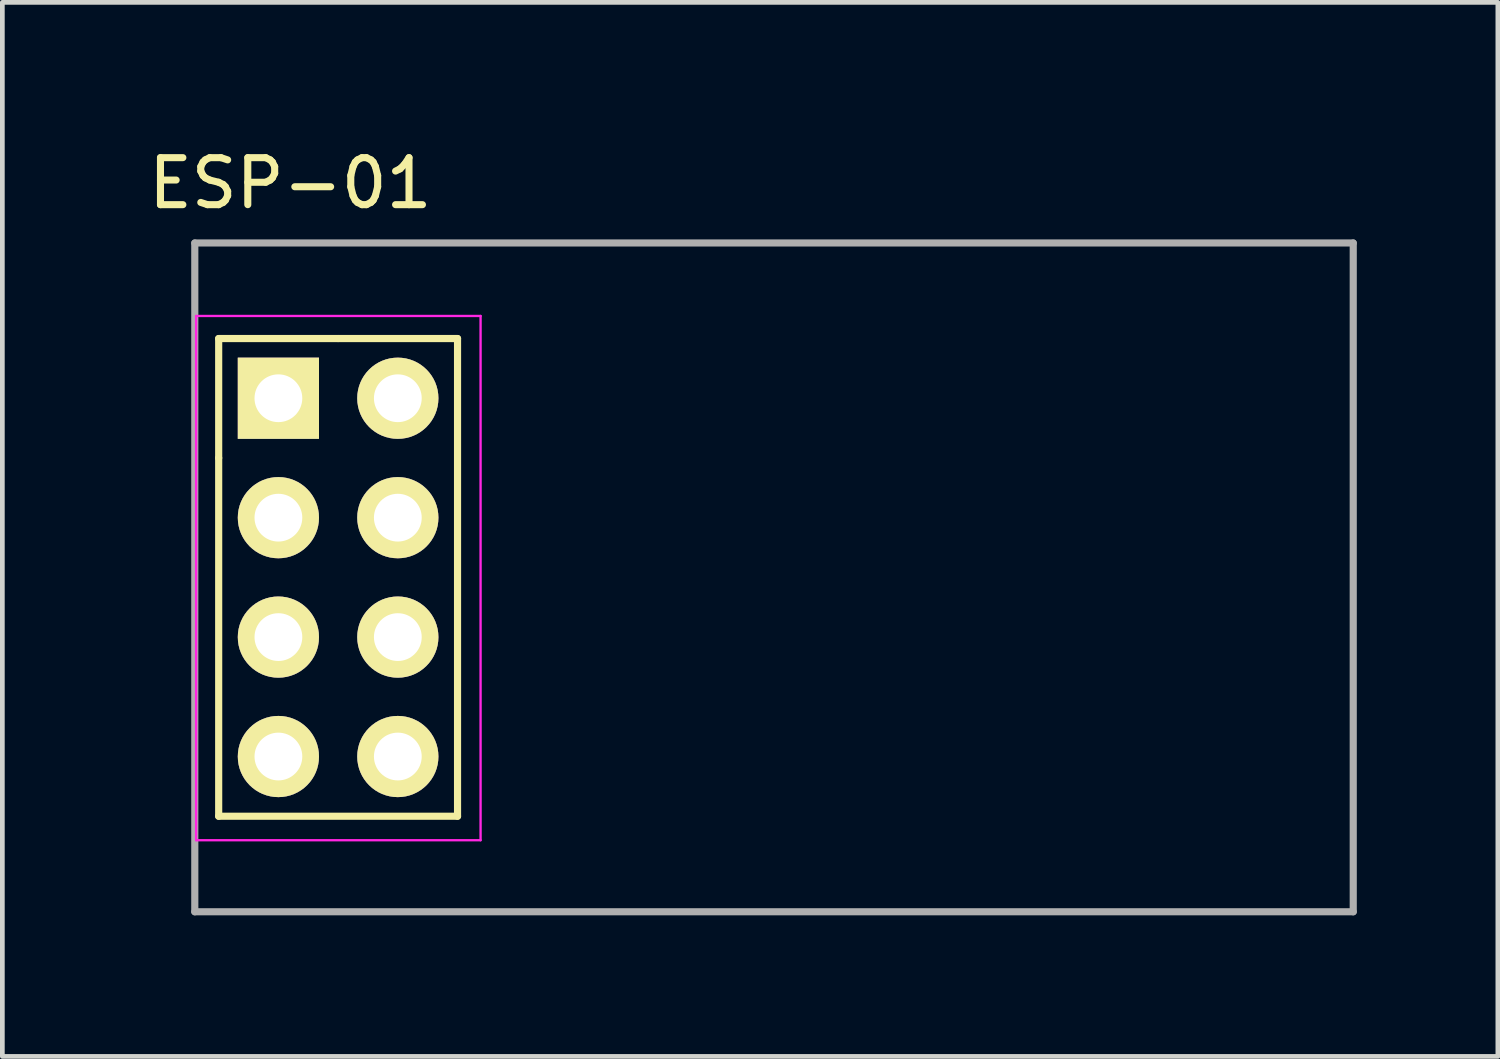
<source format=kicad_pcb>
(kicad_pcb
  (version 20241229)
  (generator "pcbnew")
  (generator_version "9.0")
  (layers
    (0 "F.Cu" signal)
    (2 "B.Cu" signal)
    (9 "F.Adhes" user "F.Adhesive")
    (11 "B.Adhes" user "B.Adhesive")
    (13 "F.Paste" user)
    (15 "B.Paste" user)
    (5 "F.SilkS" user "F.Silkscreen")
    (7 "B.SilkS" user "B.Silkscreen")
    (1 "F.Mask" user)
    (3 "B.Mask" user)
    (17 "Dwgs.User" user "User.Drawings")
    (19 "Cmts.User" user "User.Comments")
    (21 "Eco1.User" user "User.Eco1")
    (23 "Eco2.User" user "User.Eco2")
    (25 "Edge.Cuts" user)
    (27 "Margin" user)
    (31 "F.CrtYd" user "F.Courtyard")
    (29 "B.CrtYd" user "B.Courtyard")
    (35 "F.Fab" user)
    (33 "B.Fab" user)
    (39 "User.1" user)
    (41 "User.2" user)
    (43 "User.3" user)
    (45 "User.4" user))
  (footprint "ESP-01"
    (layer "F.Cu")
    (at 2.871 5.42)
    (property "Reference" "ESP-01" (at 0.254 -4.572 0) (layer "F.SilkS") (effects (font (size 1 1) (thickness 0.15))))
    (attr through_hole)
    (fp_line (start -1.27 -1.27) (end -1.27 1.27) (stroke (width 0.152) (type solid)) (layer "F.SilkS"))
    (fp_line (start -1.27 1.27) (end -1.27 8.89) (stroke (width 0.152) (type solid)) (layer "F.SilkS"))
    (fp_line (start -1.27 8.89) (end 3.81 8.89) (stroke (width 0.152) (type solid)) (layer "F.SilkS"))
    (fp_line (start 1.27 -1.27) (end -1.27 -1.27) (stroke (width 0.152) (type solid)) (layer "F.SilkS"))
    (fp_line (start 3.81 -1.27) (end 1.27 -1.27) (stroke (width 0.152) (type solid)) (layer "F.SilkS"))
    (fp_line (start 3.81 8.89) (end 3.81 -1.27) (stroke (width 0.152) (type solid)) (layer "F.SilkS"))
    (fp_line (start -1.75 -1.75) (end -1.75 9.4) (stroke (width 0.05) (type solid)) (layer "F.CrtYd"))
    (fp_line (start -1.75 -1.75) (end 4.3 -1.75) (stroke (width 0.05) (type solid)) (layer "F.CrtYd"))
    (fp_line (start -1.75 9.4) (end 4.3 9.4) (stroke (width 0.05) (type solid)) (layer "F.CrtYd"))
    (fp_line (start 4.3 -1.75) (end 4.3 9.4) (stroke (width 0.05) (type solid)) (layer "F.CrtYd"))
    (fp_line (start -1.778 -3.302) (end 22.86 -3.302) (stroke (width 0.152) (type solid)) (layer "F.Fab"))
    (fp_line (start -1.778 10.922) (end -1.778 -3.302) (stroke (width 0.152) (type solid)) (layer "F.Fab"))
    (fp_line (start 22.86 -3.302) (end 22.86 10.922) (stroke (width 0.152) (type solid)) (layer "F.Fab"))
    (fp_line (start 22.86 10.922) (end -1.778 10.922) (stroke (width 0.152) (type solid)) (layer "F.Fab"))
    (pad "1" thru_hole rect (at 0 0) (size 1.727 1.727) (drill 1.016) (layers "*.Cu" "*.Mask" "F.SilkS"))
    (pad "2" thru_hole oval (at 2.54 0) (size 1.727 1.727) (drill 1.016) (layers "*.Cu" "*.Mask" "F.SilkS"))
    (pad "3" thru_hole oval (at 0 2.54) (size 1.727 1.727) (drill 1.016) (layers "*.Cu" "*.Mask" "F.SilkS"))
    (pad "4" thru_hole oval (at 2.54 2.54) (size 1.727 1.727) (drill 1.016) (layers "*.Cu" "*.Mask" "F.SilkS"))
    (pad "5" thru_hole oval (at 0 5.08) (size 1.727 1.727) (drill 1.016) (layers "*.Cu" "*.Mask" "F.SilkS"))
    (pad "6" thru_hole oval (at 2.54 5.08) (size 1.727 1.727) (drill 1.016) (layers "*.Cu" "*.Mask" "F.SilkS"))
    (pad "7" thru_hole oval (at 0 7.62) (size 1.727 1.727) (drill 1.016) (layers "*.Cu" "*.Mask" "F.SilkS"))
    (pad "8" thru_hole oval (at 2.54 7.62) (size 1.727 1.727) (drill 1.016) (layers "*.Cu" "*.Mask" "F.SilkS")))
  (gr_rect
    (start -3 -3)
    (end 28.807 19.418)
    (stroke (width 0.1) (type default))
    (fill no)
    (layer "Edge.Cuts")))
</source>
